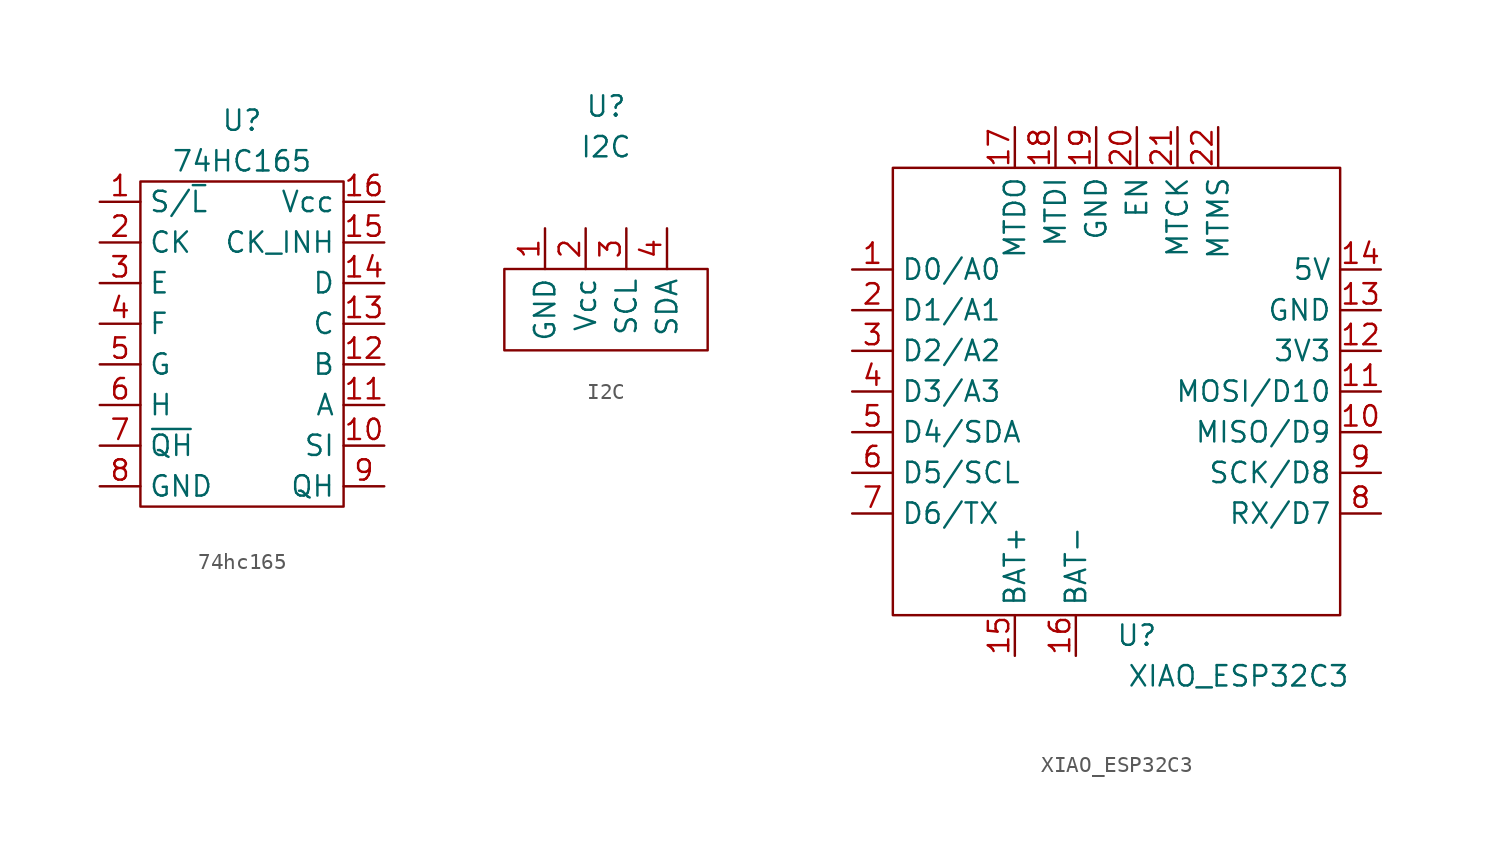
<source format=kicad_sym>
(kicad_symbol_lib
  (version 20220914)
  (generator kicad_symbol_editor)
  (symbol "74hc165"
    (property "Reference" "U"
      (at 0 13.97 0)
      (effects (font (size 1.27 1.27))))
    (property "Value" "74HC165"
      (at 0 11.43 0)
      (effects (font (size 1.27 1.27))))
    (symbol "74hc165_0_1"
      (rectangle (start -6.35 10.16) (end 6.35 -10.16) (stroke (width 0) (type default)) (fill (type none))))
    (symbol "74hc165_1_1"
      (pin input line (at -8.89 8.89 0) (length 2.54) (name "S/~{L}" (effects (font (size 1.27 1.27)))) (number "1" (effects (font (size 1.27 1.27)))))
      (pin input line (at 8.89 -6.35 180) (length 2.54) (name "SI" (effects (font (size 1.27 1.27)))) (number "10" (effects (font (size 1.27 1.27)))))
      (pin input line (at 8.89 -3.81 180) (length 2.54) (name "A" (effects (font (size 1.27 1.27)))) (number "11" (effects (font (size 1.27 1.27)))))
      (pin input line (at 8.89 -1.27 180) (length 2.54) (name "B" (effects (font (size 1.27 1.27)))) (number "12" (effects (font (size 1.27 1.27)))))
      (pin input line (at 8.89 1.27 180) (length 2.54) (name "C" (effects (font (size 1.27 1.27)))) (number "13" (effects (font (size 1.27 1.27)))))
      (pin input line (at 8.89 3.81 180) (length 2.54) (name "D" (effects (font (size 1.27 1.27)))) (number "14" (effects (font (size 1.27 1.27)))))
      (pin input line (at 8.89 6.35 180) (length 2.54) (name "CK_INH" (effects (font (size 1.27 1.27)))) (number "15" (effects (font (size 1.27 1.27)))))
      (pin input line (at 8.89 8.89 180) (length 2.54) (name "Vcc" (effects (font (size 1.27 1.27)))) (number "16" (effects (font (size 1.27 1.27)))))
      (pin input line (at -8.89 6.35 0) (length 2.54) (name "CK" (effects (font (size 1.27 1.27)))) (number "2" (effects (font (size 1.27 1.27)))))
      (pin input line (at -8.89 3.81 0) (length 2.54) (name "E" (effects (font (size 1.27 1.27)))) (number "3" (effects (font (size 1.27 1.27)))))
      (pin input line (at -8.89 1.27 0) (length 2.54) (name "F" (effects (font (size 1.27 1.27)))) (number "4" (effects (font (size 1.27 1.27)))))
      (pin input line (at -8.89 -1.27 0) (length 2.54) (name "G" (effects (font (size 1.27 1.27)))) (number "5" (effects (font (size 1.27 1.27)))))
      (pin input line (at -8.89 -3.81 0) (length 2.54) (name "H" (effects (font (size 1.27 1.27)))) (number "6" (effects (font (size 1.27 1.27)))))
      (pin output line (at -8.89 -6.35 0) (length 2.54) (name "~{QH}" (effects (font (size 1.27 1.27)))) (number "7" (effects (font (size 1.27 1.27)))))
      (pin input line (at -8.89 -8.89 0) (length 2.54) (name "GND" (effects (font (size 1.27 1.27)))) (number "8" (effects (font (size 1.27 1.27)))))
      (pin output line (at 8.89 -8.89 180) (length 2.54) (name "QH" (effects (font (size 1.27 1.27)))) (number "9" (effects (font (size 1.27 1.27)))))))
  (symbol "I2C"
    (property "Reference" "U"
      (at 0 10.16 0)
      (effects (font (size 1.27 1.27))))
    (property "Value" "I2C"
      (at 0 7.62 0)
      (effects (font (size 1.27 1.27))))
    (symbol "I2C_0_1"
      (rectangle (start -6.35 0) (end 6.35 -5.08) (stroke (width 0) (type default)) (fill (type none))))
    (symbol "I2C_1_1"
      (pin input line (at -3.81 2.54 270) (length 2.54) (name "GND" (effects (font (size 1.27 1.27)))) (number "1" (effects (font (size 1.27 1.27)))))
      (pin input line (at -1.27 2.54 270) (length 2.54) (name "Vcc" (effects (font (size 1.27 1.27)))) (number "2" (effects (font (size 1.27 1.27)))))
      (pin input line (at 1.27 2.54 270) (length 2.54) (name "SCL" (effects (font (size 1.27 1.27)))) (number "3" (effects (font (size 1.27 1.27)))))
      (pin input line (at 3.81 2.54 270) (length 2.54) (name "SDA" (effects (font (size 1.27 1.27)))) (number "4" (effects (font (size 1.27 1.27)))))))
  (symbol "XIAO_ESP32C3"
    (property "Reference" "U"
      (at 1.27 -15.24 0)
      (effects (font (size 1.27 1.27))))
    (property "Value" "XIAO_ESP32C3"
      (at 7.62 -17.78 0)
      (effects (font (size 1.27 1.27))))
    (symbol "XIAO_ESP32C3_0_1"
      (rectangle (start -13.97 13.97) (end 13.97 -13.97) (stroke (width 0) (type default)) (fill (type none))))
    (symbol "XIAO_ESP32C3_1_1"
      (pin bidirectional line (at -16.51 7.62 0) (length 2.54) (name "D0/A0" (effects (font (size 1.27 1.27)))) (number "1" (effects (font (size 1.27 1.27)))))
      (pin power_out line (at 16.51 -2.54 180) (length 2.54) (name "MISO/D9" (effects (font (size 1.27 1.27)))) (number "10" (effects (font (size 1.27 1.27)))))
      (pin power_out line (at 16.51 0 180) (length 2.54) (name "MOSI/D10" (effects (font (size 1.27 1.27)))) (number "11" (effects (font (size 1.27 1.27)))))
      (pin power_out line (at 16.51 2.54 180) (length 2.54) (name "3V3" (effects (font (size 1.27 1.27)))) (number "12" (effects (font (size 1.27 1.27)))))
      (pin power_in line (at 16.51 5.08 180) (length 2.54) (name "GND" (effects (font (size 1.27 1.27)))) (number "13" (effects (font (size 1.27 1.27)))))
      (pin power_in line (at 16.51 7.62 180) (length 2.54) (name "5V" (effects (font (size 1.27 1.27)))) (number "14" (effects (font (size 1.27 1.27)))))
      (pin power_in line (at -6.35 -16.51 90) (length 2.54) (name "BAT+" (effects (font (size 1.27 1.27)))) (number "15" (effects (font (size 1.27 1.27)))))
      (pin power_in line (at -2.54 -16.51 90) (length 2.54) (name "BAT-" (effects (font (size 1.27 1.27)))) (number "16" (effects (font (size 1.27 1.27)))))
      (pin output line (at -6.35 16.51 270) (length 2.54) (name "MTDO" (effects (font (size 1.27 1.27)))) (number "17" (effects (font (size 1.27 1.27)))))
      (pin input line (at -3.81 16.51 270) (length 2.54) (name "MTDI" (effects (font (size 1.27 1.27)))) (number "18" (effects (font (size 1.27 1.27)))))
      (pin power_in line (at -1.27 16.51 270) (length 2.54) (name "GND" (effects (font (size 1.27 1.27)))) (number "19" (effects (font (size 1.27 1.27)))))
      (pin bidirectional line (at -16.51 5.08 0) (length 2.54) (name "D1/A1" (effects (font (size 1.27 1.27)))) (number "2" (effects (font (size 1.27 1.27)))))
      (pin bidirectional line (at 1.27 16.51 270) (length 2.54) (name "EN" (effects (font (size 1.27 1.27)))) (number "20" (effects (font (size 1.27 1.27)))))
      (pin input line (at 3.81 16.51 270) (length 2.54) (name "MTCK" (effects (font (size 1.27 1.27)))) (number "21" (effects (font (size 1.27 1.27)))))
      (pin input line (at 6.35 16.51 270) (length 2.54) (name "MTMS" (effects (font (size 1.27 1.27)))) (number "22" (effects (font (size 1.27 1.27)))))
      (pin bidirectional line (at -16.51 2.54 0) (length 2.54) (name "D2/A2" (effects (font (size 1.27 1.27)))) (number "3" (effects (font (size 1.27 1.27)))))
      (pin bidirectional line (at -16.51 0 0) (length 2.54) (name "D3/A3" (effects (font (size 1.27 1.27)))) (number "4" (effects (font (size 1.27 1.27)))))
      (pin bidirectional line (at -16.51 -2.54 0) (length 2.54) (name "D4/SDA" (effects (font (size 1.27 1.27)))) (number "5" (effects (font (size 1.27 1.27)))))
      (pin bidirectional line (at -16.51 -5.08 0) (length 2.54) (name "D5/SCL" (effects (font (size 1.27 1.27)))) (number "6" (effects (font (size 1.27 1.27)))))
      (pin bidirectional line (at -16.51 -7.62 0) (length 2.54) (name "D6/TX" (effects (font (size 1.27 1.27)))) (number "7" (effects (font (size 1.27 1.27)))))
      (pin power_out line (at 16.51 -7.62 180) (length 2.54) (name "RX/D7" (effects (font (size 1.27 1.27)))) (number "8" (effects (font (size 1.27 1.27)))))
      (pin power_out line (at 16.51 -5.08 180) (length 2.54) (name "SCK/D8" (effects (font (size 1.27 1.27)))) (number "9" (effects (font (size 1.27 1.27))))))))
</source>
